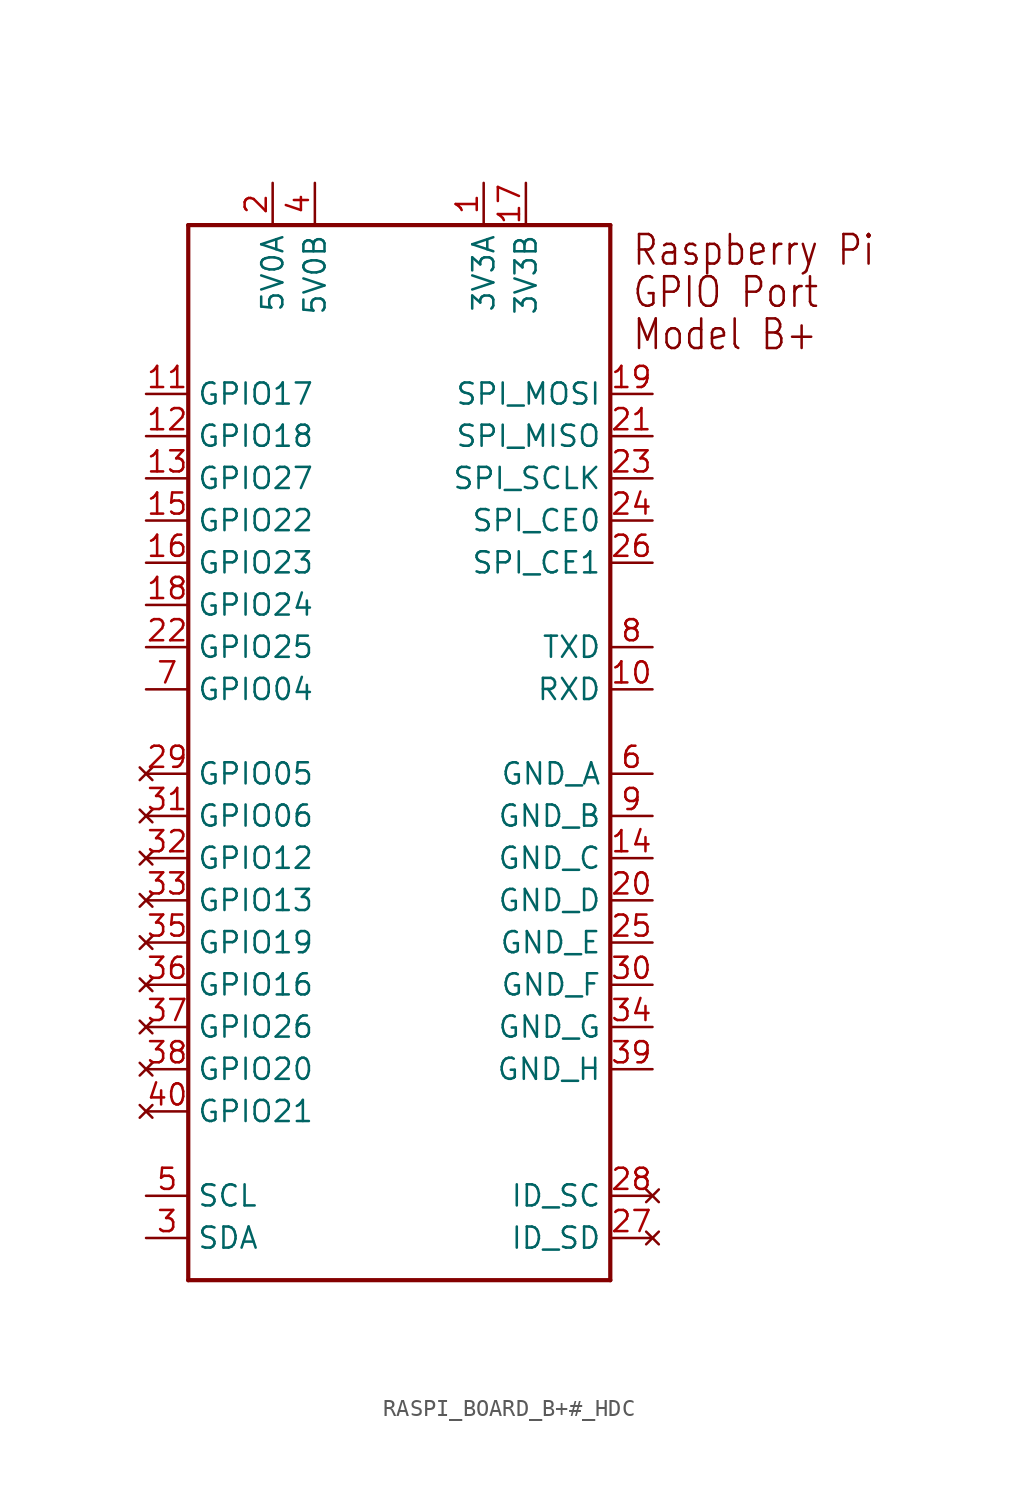
<source format=kicad_sym>
(kicad_symbol_lib
  (version 20220914)
  (generator kicad_symbol_editor)
  (symbol "RASPI_BOARD_B+#_HDC"
    (property "Reference" "X"
      (at 0 0 0)
      (effects (font (size 1.27 1.27)) hide))
    (property "ki_locked" ""
      (at 0 0 0)
      (effects (font (size 1.27 1.27))))
    (symbol "RASPI_BOARD_B+#_HDC_1_0"
      (polyline (pts (xy -12.7 -38.1) (xy -12.7 25.4)) (stroke (width 0.254) (type solid)) (fill (type none)))
      (polyline (pts (xy -12.7 25.4) (xy 12.7 25.4)) (stroke (width 0.254) (type solid)) (fill (type none)))
      (polyline (pts (xy 12.7 -38.1) (xy -12.7 -38.1)) (stroke (width 0.254) (type solid)) (fill (type none)))
      (polyline (pts (xy 12.7 25.4) (xy 12.7 -38.1)) (stroke (width 0.254) (type solid)) (fill (type none)))
      (text "GPIO Port" (at 13.97 20.32 0) (effects (font (size 1.778 1.511)) (justify left bottom)))
      (text "Model B+" (at 13.97 17.78 0) (effects (font (size 1.778 1.511)) (justify left bottom)))
      (text "Raspberry Pi" (at 13.97 22.86 0) (effects (font (size 1.778 1.511)) (justify left bottom)))
      (pin power_in line (at 5.08 27.94 270) (length 2.54) (name "3V3A" (effects (font (size 1.27 1.27)))) (number "1" (effects (font (size 1.27 1.27)))))
      (pin bidirectional line (at 15.24 -2.54 180) (length 2.54) (name "RXD" (effects (font (size 1.27 1.27)))) (number "10" (effects (font (size 1.27 1.27)))))
      (pin bidirectional line (at -15.24 15.24 0) (length 2.54) (name "GPIO17" (effects (font (size 1.27 1.27)))) (number "11" (effects (font (size 1.27 1.27)))))
      (pin bidirectional line (at -15.24 12.7 0) (length 2.54) (name "GPIO18" (effects (font (size 1.27 1.27)))) (number "12" (effects (font (size 1.27 1.27)))))
      (pin bidirectional line (at -15.24 10.16 0) (length 2.54) (name "GPIO27" (effects (font (size 1.27 1.27)))) (number "13" (effects (font (size 1.27 1.27)))))
      (pin power_in line (at 15.24 -12.7 180) (length 2.54) (name "GND_C" (effects (font (size 1.27 1.27)))) (number "14" (effects (font (size 1.27 1.27)))))
      (pin bidirectional line (at -15.24 7.62 0) (length 2.54) (name "GPIO22" (effects (font (size 1.27 1.27)))) (number "15" (effects (font (size 1.27 1.27)))))
      (pin bidirectional line (at -15.24 5.08 0) (length 2.54) (name "GPIO23" (effects (font (size 1.27 1.27)))) (number "16" (effects (font (size 1.27 1.27)))))
      (pin power_in line (at 7.62 27.94 270) (length 2.54) (name "3V3B" (effects (font (size 1.27 1.27)))) (number "17" (effects (font (size 1.27 1.27)))))
      (pin bidirectional line (at -15.24 2.54 0) (length 2.54) (name "GPIO24" (effects (font (size 1.27 1.27)))) (number "18" (effects (font (size 1.27 1.27)))))
      (pin bidirectional line (at 15.24 15.24 180) (length 2.54) (name "SPI_MOSI" (effects (font (size 1.27 1.27)))) (number "19" (effects (font (size 1.27 1.27)))))
      (pin power_in line (at -7.62 27.94 270) (length 2.54) (name "5V0A" (effects (font (size 1.27 1.27)))) (number "2" (effects (font (size 1.27 1.27)))))
      (pin power_in line (at 15.24 -15.24 180) (length 2.54) (name "GND_D" (effects (font (size 1.27 1.27)))) (number "20" (effects (font (size 1.27 1.27)))))
      (pin bidirectional line (at 15.24 12.7 180) (length 2.54) (name "SPI_MISO" (effects (font (size 1.27 1.27)))) (number "21" (effects (font (size 1.27 1.27)))))
      (pin bidirectional line (at -15.24 0 0) (length 2.54) (name "GPIO25" (effects (font (size 1.27 1.27)))) (number "22" (effects (font (size 1.27 1.27)))))
      (pin bidirectional line (at 15.24 10.16 180) (length 2.54) (name "SPI_SCLK" (effects (font (size 1.27 1.27)))) (number "23" (effects (font (size 1.27 1.27)))))
      (pin bidirectional line (at 15.24 7.62 180) (length 2.54) (name "SPI_CE0" (effects (font (size 1.27 1.27)))) (number "24" (effects (font (size 1.27 1.27)))))
      (pin power_in line (at 15.24 -17.78 180) (length 2.54) (name "GND_E" (effects (font (size 1.27 1.27)))) (number "25" (effects (font (size 1.27 1.27)))))
      (pin bidirectional line (at 15.24 5.08 180) (length 2.54) (name "SPI_CE1" (effects (font (size 1.27 1.27)))) (number "26" (effects (font (size 1.27 1.27)))))
      (pin no_connect line (at 15.24 -35.56 180) (length 2.54) (name "ID_SD" (effects (font (size 1.27 1.27)))) (number "27" (effects (font (size 1.27 1.27)))))
      (pin no_connect line (at 15.24 -33.02 180) (length 2.54) (name "ID_SC" (effects (font (size 1.27 1.27)))) (number "28" (effects (font (size 1.27 1.27)))))
      (pin no_connect line (at -15.24 -7.62 0) (length 2.54) (name "GPIO05" (effects (font (size 1.27 1.27)))) (number "29" (effects (font (size 1.27 1.27)))))
      (pin bidirectional line (at -15.24 -35.56 0) (length 2.54) (name "SDA" (effects (font (size 1.27 1.27)))) (number "3" (effects (font (size 1.27 1.27)))))
      (pin power_in line (at 15.24 -20.32 180) (length 2.54) (name "GND_F" (effects (font (size 1.27 1.27)))) (number "30" (effects (font (size 1.27 1.27)))))
      (pin no_connect line (at -15.24 -10.16 0) (length 2.54) (name "GPIO06" (effects (font (size 1.27 1.27)))) (number "31" (effects (font (size 1.27 1.27)))))
      (pin no_connect line (at -15.24 -12.7 0) (length 2.54) (name "GPIO12" (effects (font (size 1.27 1.27)))) (number "32" (effects (font (size 1.27 1.27)))))
      (pin no_connect line (at -15.24 -15.24 0) (length 2.54) (name "GPIO13" (effects (font (size 1.27 1.27)))) (number "33" (effects (font (size 1.27 1.27)))))
      (pin power_in line (at 15.24 -22.86 180) (length 2.54) (name "GND_G" (effects (font (size 1.27 1.27)))) (number "34" (effects (font (size 1.27 1.27)))))
      (pin no_connect line (at -15.24 -17.78 0) (length 2.54) (name "GPIO19" (effects (font (size 1.27 1.27)))) (number "35" (effects (font (size 1.27 1.27)))))
      (pin no_connect line (at -15.24 -20.32 0) (length 2.54) (name "GPIO16" (effects (font (size 1.27 1.27)))) (number "36" (effects (font (size 1.27 1.27)))))
      (pin no_connect line (at -15.24 -22.86 0) (length 2.54) (name "GPIO26" (effects (font (size 1.27 1.27)))) (number "37" (effects (font (size 1.27 1.27)))))
      (pin no_connect line (at -15.24 -25.4 0) (length 2.54) (name "GPIO20" (effects (font (size 1.27 1.27)))) (number "38" (effects (font (size 1.27 1.27)))))
      (pin power_in line (at 15.24 -25.4 180) (length 2.54) (name "GND_H" (effects (font (size 1.27 1.27)))) (number "39" (effects (font (size 1.27 1.27)))))
      (pin power_in line (at -5.08 27.94 270) (length 2.54) (name "5V0B" (effects (font (size 1.27 1.27)))) (number "4" (effects (font (size 1.27 1.27)))))
      (pin no_connect line (at -15.24 -27.94 0) (length 2.54) (name "GPIO21" (effects (font (size 1.27 1.27)))) (number "40" (effects (font (size 1.27 1.27)))))
      (pin bidirectional line (at -15.24 -33.02 0) (length 2.54) (name "SCL" (effects (font (size 1.27 1.27)))) (number "5" (effects (font (size 1.27 1.27)))))
      (pin power_in line (at 15.24 -7.62 180) (length 2.54) (name "GND_A" (effects (font (size 1.27 1.27)))) (number "6" (effects (font (size 1.27 1.27)))))
      (pin bidirectional line (at -15.24 -2.54 0) (length 2.54) (name "GPIO04" (effects (font (size 1.27 1.27)))) (number "7" (effects (font (size 1.27 1.27)))))
      (pin bidirectional line (at 15.24 0 180) (length 2.54) (name "TXD" (effects (font (size 1.27 1.27)))) (number "8" (effects (font (size 1.27 1.27)))))
      (pin power_in line (at 15.24 -10.16 180) (length 2.54) (name "GND_B" (effects (font (size 1.27 1.27)))) (number "9" (effects (font (size 1.27 1.27))))))))
</source>
